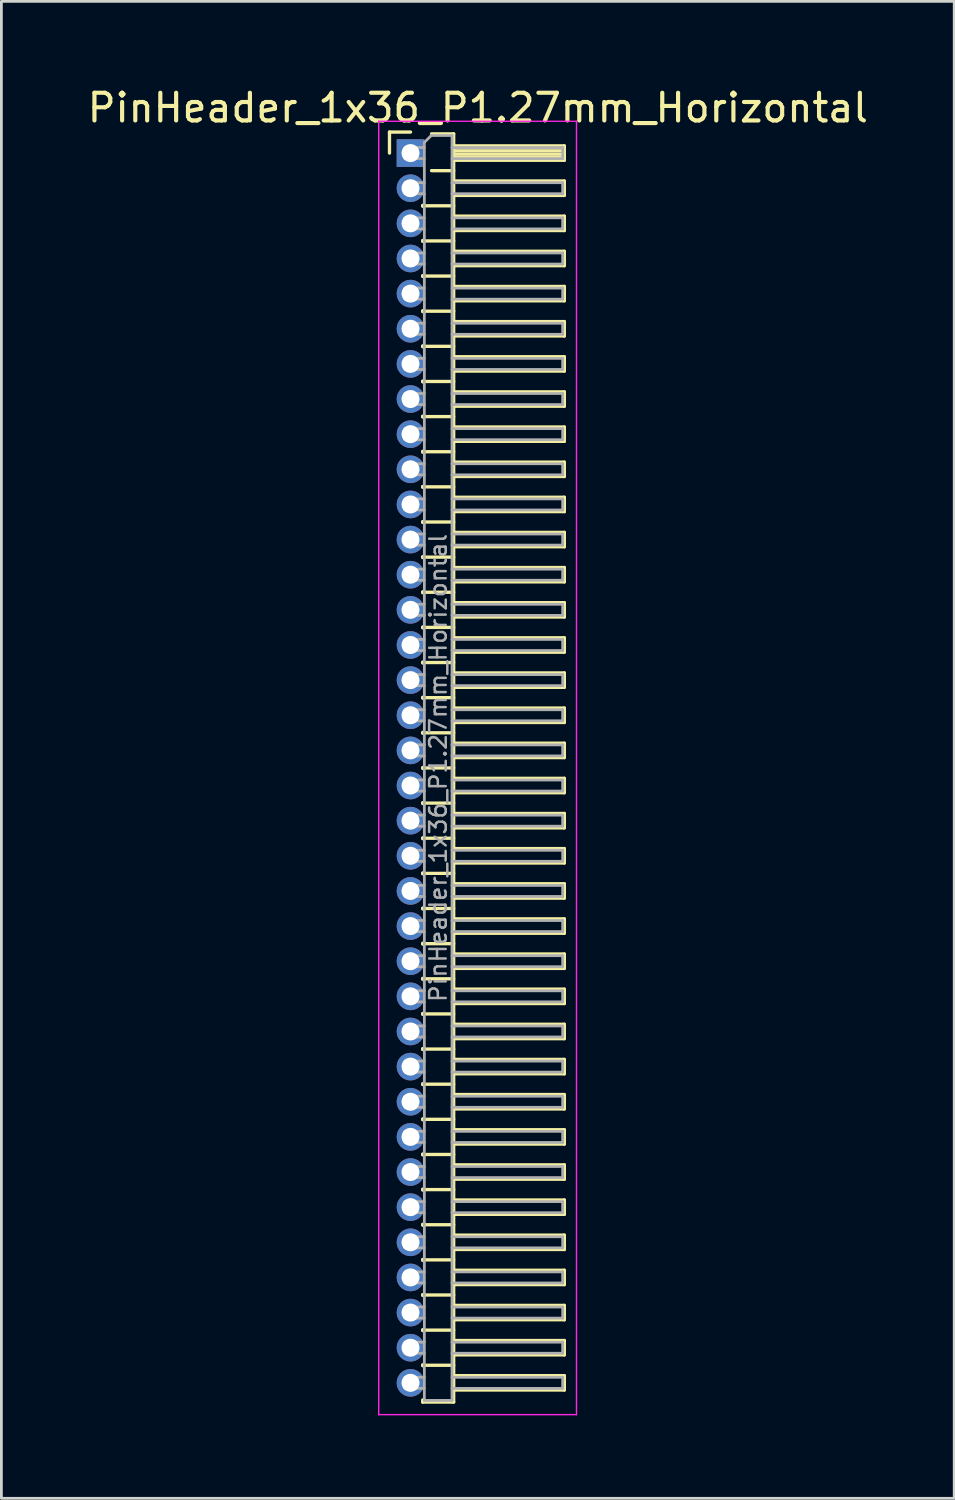
<source format=kicad_pcb>
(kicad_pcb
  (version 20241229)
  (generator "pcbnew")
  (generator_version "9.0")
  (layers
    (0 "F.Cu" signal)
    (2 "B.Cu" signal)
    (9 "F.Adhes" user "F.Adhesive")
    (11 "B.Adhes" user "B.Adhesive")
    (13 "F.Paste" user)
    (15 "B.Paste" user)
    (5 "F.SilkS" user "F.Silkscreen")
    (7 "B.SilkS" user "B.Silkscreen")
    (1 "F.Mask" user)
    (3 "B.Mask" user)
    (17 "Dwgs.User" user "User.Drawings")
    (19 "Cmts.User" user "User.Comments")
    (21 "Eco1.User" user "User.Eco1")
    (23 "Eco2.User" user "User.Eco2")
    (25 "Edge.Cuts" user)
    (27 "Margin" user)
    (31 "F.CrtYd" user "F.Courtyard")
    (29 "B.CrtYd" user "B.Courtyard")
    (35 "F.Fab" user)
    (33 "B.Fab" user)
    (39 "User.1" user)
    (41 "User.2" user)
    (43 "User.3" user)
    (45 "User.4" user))
  (footprint "PinHeader_1x36_P1.27mm_Horizontal"
    (layer "F.Cu")
    (at 11.788 2.483)
    (property "Reference" "PinHeader_1x36_P1.27mm_Horizontal" (at 2.433 -1.635 0) (layer "F.SilkS") (effects (font (size 1 1) (thickness 0.15))))
    (attr through_hole)
    (fp_line (start -0.76 -0.76) (end 0 -0.76) (stroke (width 0.12) (type solid)) (layer "F.SilkS"))
    (fp_line (start -0.76 0) (end -0.76 -0.76) (stroke (width 0.12) (type solid)) (layer "F.SilkS"))
    (fp_line (start 0.44 1.89) (end 0.44 1.92) (stroke (width 0.12) (type solid)) (layer "F.SilkS"))
    (fp_line (start 0.44 1.905) (end 1.56 1.905) (stroke (width 0.12) (type solid)) (layer "F.SilkS"))
    (fp_line (start 0.44 3.16) (end 0.44 3.19) (stroke (width 0.12) (type solid)) (layer "F.SilkS"))
    (fp_line (start 0.44 3.175) (end 1.56 3.175) (stroke (width 0.12) (type solid)) (layer "F.SilkS"))
    (fp_line (start 0.44 4.43) (end 0.44 4.46) (stroke (width 0.12) (type solid)) (layer "F.SilkS"))
    (fp_line (start 0.44 4.445) (end 1.56 4.445) (stroke (width 0.12) (type solid)) (layer "F.SilkS"))
    (fp_line (start 0.44 5.7) (end 0.44 5.73) (stroke (width 0.12) (type solid)) (layer "F.SilkS"))
    (fp_line (start 0.44 5.715) (end 1.56 5.715) (stroke (width 0.12) (type solid)) (layer "F.SilkS"))
    (fp_line (start 0.44 6.97) (end 0.44 7) (stroke (width 0.12) (type solid)) (layer "F.SilkS"))
    (fp_line (start 0.44 6.985) (end 1.56 6.985) (stroke (width 0.12) (type solid)) (layer "F.SilkS"))
    (fp_line (start 0.44 8.24) (end 0.44 8.27) (stroke (width 0.12) (type solid)) (layer "F.SilkS"))
    (fp_line (start 0.44 8.255) (end 1.56 8.255) (stroke (width 0.12) (type solid)) (layer "F.SilkS"))
    (fp_line (start 0.44 9.51) (end 0.44 9.54) (stroke (width 0.12) (type solid)) (layer "F.SilkS"))
    (fp_line (start 0.44 9.525) (end 1.56 9.525) (stroke (width 0.12) (type solid)) (layer "F.SilkS"))
    (fp_line (start 0.44 10.78) (end 0.44 10.81) (stroke (width 0.12) (type solid)) (layer "F.SilkS"))
    (fp_line (start 0.44 10.795) (end 1.56 10.795) (stroke (width 0.12) (type solid)) (layer "F.SilkS"))
    (fp_line (start 0.44 12.05) (end 0.44 12.08) (stroke (width 0.12) (type solid)) (layer "F.SilkS"))
    (fp_line (start 0.44 12.065) (end 1.56 12.065) (stroke (width 0.12) (type solid)) (layer "F.SilkS"))
    (fp_line (start 0.44 13.32) (end 0.44 13.35) (stroke (width 0.12) (type solid)) (layer "F.SilkS"))
    (fp_line (start 0.44 13.335) (end 1.56 13.335) (stroke (width 0.12) (type solid)) (layer "F.SilkS"))
    (fp_line (start 0.44 14.59) (end 0.44 14.62) (stroke (width 0.12) (type solid)) (layer "F.SilkS"))
    (fp_line (start 0.44 14.605) (end 1.56 14.605) (stroke (width 0.12) (type solid)) (layer "F.SilkS"))
    (fp_line (start 0.44 15.86) (end 0.44 15.89) (stroke (width 0.12) (type solid)) (layer "F.SilkS"))
    (fp_line (start 0.44 15.875) (end 1.56 15.875) (stroke (width 0.12) (type solid)) (layer "F.SilkS"))
    (fp_line (start 0.44 17.13) (end 0.44 17.16) (stroke (width 0.12) (type solid)) (layer "F.SilkS"))
    (fp_line (start 0.44 17.145) (end 1.56 17.145) (stroke (width 0.12) (type solid)) (layer "F.SilkS"))
    (fp_line (start 0.44 18.4) (end 0.44 18.43) (stroke (width 0.12) (type solid)) (layer "F.SilkS"))
    (fp_line (start 0.44 18.415) (end 1.56 18.415) (stroke (width 0.12) (type solid)) (layer "F.SilkS"))
    (fp_line (start 0.44 19.67) (end 0.44 19.7) (stroke (width 0.12) (type solid)) (layer "F.SilkS"))
    (fp_line (start 0.44 19.685) (end 1.56 19.685) (stroke (width 0.12) (type solid)) (layer "F.SilkS"))
    (fp_line (start 0.44 20.94) (end 0.44 20.97) (stroke (width 0.12) (type solid)) (layer "F.SilkS"))
    (fp_line (start 0.44 20.955) (end 1.56 20.955) (stroke (width 0.12) (type solid)) (layer "F.SilkS"))
    (fp_line (start 0.44 22.21) (end 0.44 22.24) (stroke (width 0.12) (type solid)) (layer "F.SilkS"))
    (fp_line (start 0.44 22.225) (end 1.56 22.225) (stroke (width 0.12) (type solid)) (layer "F.SilkS"))
    (fp_line (start 0.44 23.48) (end 0.44 23.51) (stroke (width 0.12) (type solid)) (layer "F.SilkS"))
    (fp_line (start 0.44 23.495) (end 1.56 23.495) (stroke (width 0.12) (type solid)) (layer "F.SilkS"))
    (fp_line (start 0.44 24.75) (end 0.44 24.78) (stroke (width 0.12) (type solid)) (layer "F.SilkS"))
    (fp_line (start 0.44 24.765) (end 1.56 24.765) (stroke (width 0.12) (type solid)) (layer "F.SilkS"))
    (fp_line (start 0.44 26.02) (end 0.44 26.05) (stroke (width 0.12) (type solid)) (layer "F.SilkS"))
    (fp_line (start 0.44 26.035) (end 1.56 26.035) (stroke (width 0.12) (type solid)) (layer "F.SilkS"))
    (fp_line (start 0.44 27.29) (end 0.44 27.32) (stroke (width 0.12) (type solid)) (layer "F.SilkS"))
    (fp_line (start 0.44 27.305) (end 1.56 27.305) (stroke (width 0.12) (type solid)) (layer "F.SilkS"))
    (fp_line (start 0.44 28.56) (end 0.44 28.59) (stroke (width 0.12) (type solid)) (layer "F.SilkS"))
    (fp_line (start 0.44 28.575) (end 1.56 28.575) (stroke (width 0.12) (type solid)) (layer "F.SilkS"))
    (fp_line (start 0.44 29.83) (end 0.44 29.86) (stroke (width 0.12) (type solid)) (layer "F.SilkS"))
    (fp_line (start 0.44 29.845) (end 1.56 29.845) (stroke (width 0.12) (type solid)) (layer "F.SilkS"))
    (fp_line (start 0.44 31.1) (end 0.44 31.13) (stroke (width 0.12) (type solid)) (layer "F.SilkS"))
    (fp_line (start 0.44 31.115) (end 1.56 31.115) (stroke (width 0.12) (type solid)) (layer "F.SilkS"))
    (fp_line (start 0.44 32.37) (end 0.44 32.4) (stroke (width 0.12) (type solid)) (layer "F.SilkS"))
    (fp_line (start 0.44 32.385) (end 1.56 32.385) (stroke (width 0.12) (type solid)) (layer "F.SilkS"))
    (fp_line (start 0.44 33.64) (end 0.44 33.67) (stroke (width 0.12) (type solid)) (layer "F.SilkS"))
    (fp_line (start 0.44 33.655) (end 1.56 33.655) (stroke (width 0.12) (type solid)) (layer "F.SilkS"))
    (fp_line (start 0.44 34.91) (end 0.44 34.94) (stroke (width 0.12) (type solid)) (layer "F.SilkS"))
    (fp_line (start 0.44 34.925) (end 1.56 34.925) (stroke (width 0.12) (type solid)) (layer "F.SilkS"))
    (fp_line (start 0.44 36.18) (end 0.44 36.21) (stroke (width 0.12) (type solid)) (layer "F.SilkS"))
    (fp_line (start 0.44 36.195) (end 1.56 36.195) (stroke (width 0.12) (type solid)) (layer "F.SilkS"))
    (fp_line (start 0.44 37.45) (end 0.44 37.48) (stroke (width 0.12) (type solid)) (layer "F.SilkS"))
    (fp_line (start 0.44 37.465) (end 1.56 37.465) (stroke (width 0.12) (type solid)) (layer "F.SilkS"))
    (fp_line (start 0.44 38.72) (end 0.44 38.75) (stroke (width 0.12) (type solid)) (layer "F.SilkS"))
    (fp_line (start 0.44 38.735) (end 1.56 38.735) (stroke (width 0.12) (type solid)) (layer "F.SilkS"))
    (fp_line (start 0.44 39.99) (end 0.44 40.02) (stroke (width 0.12) (type solid)) (layer "F.SilkS"))
    (fp_line (start 0.44 40.005) (end 1.56 40.005) (stroke (width 0.12) (type solid)) (layer "F.SilkS"))
    (fp_line (start 0.44 41.26) (end 0.44 41.29) (stroke (width 0.12) (type solid)) (layer "F.SilkS"))
    (fp_line (start 0.44 41.275) (end 1.56 41.275) (stroke (width 0.12) (type solid)) (layer "F.SilkS"))
    (fp_line (start 0.44 42.53) (end 0.44 42.56) (stroke (width 0.12) (type solid)) (layer "F.SilkS"))
    (fp_line (start 0.44 42.545) (end 1.56 42.545) (stroke (width 0.12) (type solid)) (layer "F.SilkS"))
    (fp_line (start 0.44 43.8) (end 0.44 43.83) (stroke (width 0.12) (type solid)) (layer "F.SilkS"))
    (fp_line (start 0.44 43.815) (end 1.56 43.815) (stroke (width 0.12) (type solid)) (layer "F.SilkS"))
    (fp_line (start 0.44 45.145) (end 0.44 45.07) (stroke (width 0.12) (type solid)) (layer "F.SilkS"))
    (fp_line (start 0.76 -0.695) (end 1.56 -0.695) (stroke (width 0.12) (type solid)) (layer "F.SilkS"))
    (fp_line (start 0.76 0.635) (end 1.56 0.635) (stroke (width 0.12) (type solid)) (layer "F.SilkS"))
    (fp_line (start 1.56 -0.695) (end 1.56 45.145) (stroke (width 0.12) (type solid)) (layer "F.SilkS"))
    (fp_line (start 1.56 -0.26) (end 5.56 -0.26) (stroke (width 0.12) (type solid)) (layer "F.SilkS"))
    (fp_line (start 1.56 -0.2) (end 5.56 -0.2) (stroke (width 0.12) (type solid)) (layer "F.SilkS"))
    (fp_line (start 1.56 -0.08) (end 5.56 -0.08) (stroke (width 0.12) (type solid)) (layer "F.SilkS"))
    (fp_line (start 1.56 0.04) (end 5.56 0.04) (stroke (width 0.12) (type solid)) (layer "F.SilkS"))
    (fp_line (start 1.56 0.16) (end 5.56 0.16) (stroke (width 0.12) (type solid)) (layer "F.SilkS"))
    (fp_line (start 1.56 1.01) (end 5.56 1.01) (stroke (width 0.12) (type solid)) (layer "F.SilkS"))
    (fp_line (start 1.56 2.28) (end 5.56 2.28) (stroke (width 0.12) (type solid)) (layer "F.SilkS"))
    (fp_line (start 1.56 3.55) (end 5.56 3.55) (stroke (width 0.12) (type solid)) (layer "F.SilkS"))
    (fp_line (start 1.56 4.82) (end 5.56 4.82) (stroke (width 0.12) (type solid)) (layer "F.SilkS"))
    (fp_line (start 1.56 6.09) (end 5.56 6.09) (stroke (width 0.12) (type solid)) (layer "F.SilkS"))
    (fp_line (start 1.56 7.36) (end 5.56 7.36) (stroke (width 0.12) (type solid)) (layer "F.SilkS"))
    (fp_line (start 1.56 8.63) (end 5.56 8.63) (stroke (width 0.12) (type solid)) (layer "F.SilkS"))
    (fp_line (start 1.56 9.9) (end 5.56 9.9) (stroke (width 0.12) (type solid)) (layer "F.SilkS"))
    (fp_line (start 1.56 11.17) (end 5.56 11.17) (stroke (width 0.12) (type solid)) (layer "F.SilkS"))
    (fp_line (start 1.56 12.44) (end 5.56 12.44) (stroke (width 0.12) (type solid)) (layer "F.SilkS"))
    (fp_line (start 1.56 13.71) (end 5.56 13.71) (stroke (width 0.12) (type solid)) (layer "F.SilkS"))
    (fp_line (start 1.56 14.98) (end 5.56 14.98) (stroke (width 0.12) (type solid)) (layer "F.SilkS"))
    (fp_line (start 1.56 16.25) (end 5.56 16.25) (stroke (width 0.12) (type solid)) (layer "F.SilkS"))
    (fp_line (start 1.56 17.52) (end 5.56 17.52) (stroke (width 0.12) (type solid)) (layer "F.SilkS"))
    (fp_line (start 1.56 18.79) (end 5.56 18.79) (stroke (width 0.12) (type solid)) (layer "F.SilkS"))
    (fp_line (start 1.56 20.06) (end 5.56 20.06) (stroke (width 0.12) (type solid)) (layer "F.SilkS"))
    (fp_line (start 1.56 21.33) (end 5.56 21.33) (stroke (width 0.12) (type solid)) (layer "F.SilkS"))
    (fp_line (start 1.56 22.6) (end 5.56 22.6) (stroke (width 0.12) (type solid)) (layer "F.SilkS"))
    (fp_line (start 1.56 23.87) (end 5.56 23.87) (stroke (width 0.12) (type solid)) (layer "F.SilkS"))
    (fp_line (start 1.56 25.14) (end 5.56 25.14) (stroke (width 0.12) (type solid)) (layer "F.SilkS"))
    (fp_line (start 1.56 26.41) (end 5.56 26.41) (stroke (width 0.12) (type solid)) (layer "F.SilkS"))
    (fp_line (start 1.56 27.68) (end 5.56 27.68) (stroke (width 0.12) (type solid)) (layer "F.SilkS"))
    (fp_line (start 1.56 28.95) (end 5.56 28.95) (stroke (width 0.12) (type solid)) (layer "F.SilkS"))
    (fp_line (start 1.56 30.22) (end 5.56 30.22) (stroke (width 0.12) (type solid)) (layer "F.SilkS"))
    (fp_line (start 1.56 31.49) (end 5.56 31.49) (stroke (width 0.12) (type solid)) (layer "F.SilkS"))
    (fp_line (start 1.56 32.76) (end 5.56 32.76) (stroke (width 0.12) (type solid)) (layer "F.SilkS"))
    (fp_line (start 1.56 34.03) (end 5.56 34.03) (stroke (width 0.12) (type solid)) (layer "F.SilkS"))
    (fp_line (start 1.56 35.3) (end 5.56 35.3) (stroke (width 0.12) (type solid)) (layer "F.SilkS"))
    (fp_line (start 1.56 36.57) (end 5.56 36.57) (stroke (width 0.12) (type solid)) (layer "F.SilkS"))
    (fp_line (start 1.56 37.84) (end 5.56 37.84) (stroke (width 0.12) (type solid)) (layer "F.SilkS"))
    (fp_line (start 1.56 39.11) (end 5.56 39.11) (stroke (width 0.12) (type solid)) (layer "F.SilkS"))
    (fp_line (start 1.56 40.38) (end 5.56 40.38) (stroke (width 0.12) (type solid)) (layer "F.SilkS"))
    (fp_line (start 1.56 41.65) (end 5.56 41.65) (stroke (width 0.12) (type solid)) (layer "F.SilkS"))
    (fp_line (start 1.56 42.92) (end 5.56 42.92) (stroke (width 0.12) (type solid)) (layer "F.SilkS"))
    (fp_line (start 1.56 44.19) (end 5.56 44.19) (stroke (width 0.12) (type solid)) (layer "F.SilkS"))
    (fp_line (start 1.56 45.145) (end 0.44 45.145) (stroke (width 0.12) (type solid)) (layer "F.SilkS"))
    (fp_line (start 5.56 -0.26) (end 5.56 0.26) (stroke (width 0.12) (type solid)) (layer "F.SilkS"))
    (fp_line (start 5.56 0.26) (end 1.56 0.26) (stroke (width 0.12) (type solid)) (layer "F.SilkS"))
    (fp_line (start 5.56 1.01) (end 5.56 1.53) (stroke (width 0.12) (type solid)) (layer "F.SilkS"))
    (fp_line (start 5.56 1.53) (end 1.56 1.53) (stroke (width 0.12) (type solid)) (layer "F.SilkS"))
    (fp_line (start 5.56 2.28) (end 5.56 2.8) (stroke (width 0.12) (type solid)) (layer "F.SilkS"))
    (fp_line (start 5.56 2.8) (end 1.56 2.8) (stroke (width 0.12) (type solid)) (layer "F.SilkS"))
    (fp_line (start 5.56 3.55) (end 5.56 4.07) (stroke (width 0.12) (type solid)) (layer "F.SilkS"))
    (fp_line (start 5.56 4.07) (end 1.56 4.07) (stroke (width 0.12) (type solid)) (layer "F.SilkS"))
    (fp_line (start 5.56 4.82) (end 5.56 5.34) (stroke (width 0.12) (type solid)) (layer "F.SilkS"))
    (fp_line (start 5.56 5.34) (end 1.56 5.34) (stroke (width 0.12) (type solid)) (layer "F.SilkS"))
    (fp_line (start 5.56 6.09) (end 5.56 6.61) (stroke (width 0.12) (type solid)) (layer "F.SilkS"))
    (fp_line (start 5.56 6.61) (end 1.56 6.61) (stroke (width 0.12) (type solid)) (layer "F.SilkS"))
    (fp_line (start 5.56 7.36) (end 5.56 7.88) (stroke (width 0.12) (type solid)) (layer "F.SilkS"))
    (fp_line (start 5.56 7.88) (end 1.56 7.88) (stroke (width 0.12) (type solid)) (layer "F.SilkS"))
    (fp_line (start 5.56 8.63) (end 5.56 9.15) (stroke (width 0.12) (type solid)) (layer "F.SilkS"))
    (fp_line (start 5.56 9.15) (end 1.56 9.15) (stroke (width 0.12) (type solid)) (layer "F.SilkS"))
    (fp_line (start 5.56 9.9) (end 5.56 10.42) (stroke (width 0.12) (type solid)) (layer "F.SilkS"))
    (fp_line (start 5.56 10.42) (end 1.56 10.42) (stroke (width 0.12) (type solid)) (layer "F.SilkS"))
    (fp_line (start 5.56 11.17) (end 5.56 11.69) (stroke (width 0.12) (type solid)) (layer "F.SilkS"))
    (fp_line (start 5.56 11.69) (end 1.56 11.69) (stroke (width 0.12) (type solid)) (layer "F.SilkS"))
    (fp_line (start 5.56 12.44) (end 5.56 12.96) (stroke (width 0.12) (type solid)) (layer "F.SilkS"))
    (fp_line (start 5.56 12.96) (end 1.56 12.96) (stroke (width 0.12) (type solid)) (layer "F.SilkS"))
    (fp_line (start 5.56 13.71) (end 5.56 14.23) (stroke (width 0.12) (type solid)) (layer "F.SilkS"))
    (fp_line (start 5.56 14.23) (end 1.56 14.23) (stroke (width 0.12) (type solid)) (layer "F.SilkS"))
    (fp_line (start 5.56 14.98) (end 5.56 15.5) (stroke (width 0.12) (type solid)) (layer "F.SilkS"))
    (fp_line (start 5.56 15.5) (end 1.56 15.5) (stroke (width 0.12) (type solid)) (layer "F.SilkS"))
    (fp_line (start 5.56 16.25) (end 5.56 16.77) (stroke (width 0.12) (type solid)) (layer "F.SilkS"))
    (fp_line (start 5.56 16.77) (end 1.56 16.77) (stroke (width 0.12) (type solid)) (layer "F.SilkS"))
    (fp_line (start 5.56 17.52) (end 5.56 18.04) (stroke (width 0.12) (type solid)) (layer "F.SilkS"))
    (fp_line (start 5.56 18.04) (end 1.56 18.04) (stroke (width 0.12) (type solid)) (layer "F.SilkS"))
    (fp_line (start 5.56 18.79) (end 5.56 19.31) (stroke (width 0.12) (type solid)) (layer "F.SilkS"))
    (fp_line (start 5.56 19.31) (end 1.56 19.31) (stroke (width 0.12) (type solid)) (layer "F.SilkS"))
    (fp_line (start 5.56 20.06) (end 5.56 20.58) (stroke (width 0.12) (type solid)) (layer "F.SilkS"))
    (fp_line (start 5.56 20.58) (end 1.56 20.58) (stroke (width 0.12) (type solid)) (layer "F.SilkS"))
    (fp_line (start 5.56 21.33) (end 5.56 21.85) (stroke (width 0.12) (type solid)) (layer "F.SilkS"))
    (fp_line (start 5.56 21.85) (end 1.56 21.85) (stroke (width 0.12) (type solid)) (layer "F.SilkS"))
    (fp_line (start 5.56 22.6) (end 5.56 23.12) (stroke (width 0.12) (type solid)) (layer "F.SilkS"))
    (fp_line (start 5.56 23.12) (end 1.56 23.12) (stroke (width 0.12) (type solid)) (layer "F.SilkS"))
    (fp_line (start 5.56 23.87) (end 5.56 24.39) (stroke (width 0.12) (type solid)) (layer "F.SilkS"))
    (fp_line (start 5.56 24.39) (end 1.56 24.39) (stroke (width 0.12) (type solid)) (layer "F.SilkS"))
    (fp_line (start 5.56 25.14) (end 5.56 25.66) (stroke (width 0.12) (type solid)) (layer "F.SilkS"))
    (fp_line (start 5.56 25.66) (end 1.56 25.66) (stroke (width 0.12) (type solid)) (layer "F.SilkS"))
    (fp_line (start 5.56 26.41) (end 5.56 26.93) (stroke (width 0.12) (type solid)) (layer "F.SilkS"))
    (fp_line (start 5.56 26.93) (end 1.56 26.93) (stroke (width 0.12) (type solid)) (layer "F.SilkS"))
    (fp_line (start 5.56 27.68) (end 5.56 28.2) (stroke (width 0.12) (type solid)) (layer "F.SilkS"))
    (fp_line (start 5.56 28.2) (end 1.56 28.2) (stroke (width 0.12) (type solid)) (layer "F.SilkS"))
    (fp_line (start 5.56 28.95) (end 5.56 29.47) (stroke (width 0.12) (type solid)) (layer "F.SilkS"))
    (fp_line (start 5.56 29.47) (end 1.56 29.47) (stroke (width 0.12) (type solid)) (layer "F.SilkS"))
    (fp_line (start 5.56 30.22) (end 5.56 30.74) (stroke (width 0.12) (type solid)) (layer "F.SilkS"))
    (fp_line (start 5.56 30.74) (end 1.56 30.74) (stroke (width 0.12) (type solid)) (layer "F.SilkS"))
    (fp_line (start 5.56 31.49) (end 5.56 32.01) (stroke (width 0.12) (type solid)) (layer "F.SilkS"))
    (fp_line (start 5.56 32.01) (end 1.56 32.01) (stroke (width 0.12) (type solid)) (layer "F.SilkS"))
    (fp_line (start 5.56 32.76) (end 5.56 33.28) (stroke (width 0.12) (type solid)) (layer "F.SilkS"))
    (fp_line (start 5.56 33.28) (end 1.56 33.28) (stroke (width 0.12) (type solid)) (layer "F.SilkS"))
    (fp_line (start 5.56 34.03) (end 5.56 34.55) (stroke (width 0.12) (type solid)) (layer "F.SilkS"))
    (fp_line (start 5.56 34.55) (end 1.56 34.55) (stroke (width 0.12) (type solid)) (layer "F.SilkS"))
    (fp_line (start 5.56 35.3) (end 5.56 35.82) (stroke (width 0.12) (type solid)) (layer "F.SilkS"))
    (fp_line (start 5.56 35.82) (end 1.56 35.82) (stroke (width 0.12) (type solid)) (layer "F.SilkS"))
    (fp_line (start 5.56 36.57) (end 5.56 37.09) (stroke (width 0.12) (type solid)) (layer "F.SilkS"))
    (fp_line (start 5.56 37.09) (end 1.56 37.09) (stroke (width 0.12) (type solid)) (layer "F.SilkS"))
    (fp_line (start 5.56 37.84) (end 5.56 38.36) (stroke (width 0.12) (type solid)) (layer "F.SilkS"))
    (fp_line (start 5.56 38.36) (end 1.56 38.36) (stroke (width 0.12) (type solid)) (layer "F.SilkS"))
    (fp_line (start 5.56 39.11) (end 5.56 39.63) (stroke (width 0.12) (type solid)) (layer "F.SilkS"))
    (fp_line (start 5.56 39.63) (end 1.56 39.63) (stroke (width 0.12) (type solid)) (layer "F.SilkS"))
    (fp_line (start 5.56 40.38) (end 5.56 40.9) (stroke (width 0.12) (type solid)) (layer "F.SilkS"))
    (fp_line (start 5.56 40.9) (end 1.56 40.9) (stroke (width 0.12) (type solid)) (layer "F.SilkS"))
    (fp_line (start 5.56 41.65) (end 5.56 42.17) (stroke (width 0.12) (type solid)) (layer "F.SilkS"))
    (fp_line (start 5.56 42.17) (end 1.56 42.17) (stroke (width 0.12) (type solid)) (layer "F.SilkS"))
    (fp_line (start 5.56 42.92) (end 5.56 43.44) (stroke (width 0.12) (type solid)) (layer "F.SilkS"))
    (fp_line (start 5.56 43.44) (end 1.56 43.44) (stroke (width 0.12) (type solid)) (layer "F.SilkS"))
    (fp_line (start 5.56 44.19) (end 5.56 44.71) (stroke (width 0.12) (type solid)) (layer "F.SilkS"))
    (fp_line (start 5.56 44.71) (end 1.56 44.71) (stroke (width 0.12) (type solid)) (layer "F.SilkS"))
    (fp_line (start -1.15 -1.15) (end -1.15 45.6) (stroke (width 0.05) (type solid)) (layer "F.CrtYd"))
    (fp_line (start -1.15 45.6) (end 6 45.6) (stroke (width 0.05) (type solid)) (layer "F.CrtYd"))
    (fp_line (start 6 -1.15) (end -1.15 -1.15) (stroke (width 0.05) (type solid)) (layer "F.CrtYd"))
    (fp_line (start 6 45.6) (end 6 -1.15) (stroke (width 0.05) (type solid)) (layer "F.CrtYd"))
    (fp_line (start -0.2 -0.2) (end -0.2 0.2) (stroke (width 0.1) (type solid)) (layer "F.Fab"))
    (fp_line (start -0.2 -0.2) (end 0.5 -0.2) (stroke (width 0.1) (type solid)) (layer "F.Fab"))
    (fp_line (start -0.2 0.2) (end 0.5 0.2) (stroke (width 0.1) (type solid)) (layer "F.Fab"))
    (fp_line (start -0.2 1.07) (end -0.2 1.47) (stroke (width 0.1) (type solid)) (layer "F.Fab"))
    (fp_line (start -0.2 1.07) (end 0.5 1.07) (stroke (width 0.1) (type solid)) (layer "F.Fab"))
    (fp_line (start -0.2 1.47) (end 0.5 1.47) (stroke (width 0.1) (type solid)) (layer "F.Fab"))
    (fp_line (start -0.2 2.34) (end -0.2 2.74) (stroke (width 0.1) (type solid)) (layer "F.Fab"))
    (fp_line (start -0.2 2.34) (end 0.5 2.34) (stroke (width 0.1) (type solid)) (layer "F.Fab"))
    (fp_line (start -0.2 2.74) (end 0.5 2.74) (stroke (width 0.1) (type solid)) (layer "F.Fab"))
    (fp_line (start -0.2 3.61) (end -0.2 4.01) (stroke (width 0.1) (type solid)) (layer "F.Fab"))
    (fp_line (start -0.2 3.61) (end 0.5 3.61) (stroke (width 0.1) (type solid)) (layer "F.Fab"))
    (fp_line (start -0.2 4.01) (end 0.5 4.01) (stroke (width 0.1) (type solid)) (layer "F.Fab"))
    (fp_line (start -0.2 4.88) (end -0.2 5.28) (stroke (width 0.1) (type solid)) (layer "F.Fab"))
    (fp_line (start -0.2 4.88) (end 0.5 4.88) (stroke (width 0.1) (type solid)) (layer "F.Fab"))
    (fp_line (start -0.2 5.28) (end 0.5 5.28) (stroke (width 0.1) (type solid)) (layer "F.Fab"))
    (fp_line (start -0.2 6.15) (end -0.2 6.55) (stroke (width 0.1) (type solid)) (layer "F.Fab"))
    (fp_line (start -0.2 6.15) (end 0.5 6.15) (stroke (width 0.1) (type solid)) (layer "F.Fab"))
    (fp_line (start -0.2 6.55) (end 0.5 6.55) (stroke (width 0.1) (type solid)) (layer "F.Fab"))
    (fp_line (start -0.2 7.42) (end -0.2 7.82) (stroke (width 0.1) (type solid)) (layer "F.Fab"))
    (fp_line (start -0.2 7.42) (end 0.5 7.42) (stroke (width 0.1) (type solid)) (layer "F.Fab"))
    (fp_line (start -0.2 7.82) (end 0.5 7.82) (stroke (width 0.1) (type solid)) (layer "F.Fab"))
    (fp_line (start -0.2 8.69) (end -0.2 9.09) (stroke (width 0.1) (type solid)) (layer "F.Fab"))
    (fp_line (start -0.2 8.69) (end 0.5 8.69) (stroke (width 0.1) (type solid)) (layer "F.Fab"))
    (fp_line (start -0.2 9.09) (end 0.5 9.09) (stroke (width 0.1) (type solid)) (layer "F.Fab"))
    (fp_line (start -0.2 9.96) (end -0.2 10.36) (stroke (width 0.1) (type solid)) (layer "F.Fab"))
    (fp_line (start -0.2 9.96) (end 0.5 9.96) (stroke (width 0.1) (type solid)) (layer "F.Fab"))
    (fp_line (start -0.2 10.36) (end 0.5 10.36) (stroke (width 0.1) (type solid)) (layer "F.Fab"))
    (fp_line (start -0.2 11.23) (end -0.2 11.63) (stroke (width 0.1) (type solid)) (layer "F.Fab"))
    (fp_line (start -0.2 11.23) (end 0.5 11.23) (stroke (width 0.1) (type solid)) (layer "F.Fab"))
    (fp_line (start -0.2 11.63) (end 0.5 11.63) (stroke (width 0.1) (type solid)) (layer "F.Fab"))
    (fp_line (start -0.2 12.5) (end -0.2 12.9) (stroke (width 0.1) (type solid)) (layer "F.Fab"))
    (fp_line (start -0.2 12.5) (end 0.5 12.5) (stroke (width 0.1) (type solid)) (layer "F.Fab"))
    (fp_line (start -0.2 12.9) (end 0.5 12.9) (stroke (width 0.1) (type solid)) (layer "F.Fab"))
    (fp_line (start -0.2 13.77) (end -0.2 14.17) (stroke (width 0.1) (type solid)) (layer "F.Fab"))
    (fp_line (start -0.2 13.77) (end 0.5 13.77) (stroke (width 0.1) (type solid)) (layer "F.Fab"))
    (fp_line (start -0.2 14.17) (end 0.5 14.17) (stroke (width 0.1) (type solid)) (layer "F.Fab"))
    (fp_line (start -0.2 15.04) (end -0.2 15.44) (stroke (width 0.1) (type solid)) (layer "F.Fab"))
    (fp_line (start -0.2 15.04) (end 0.5 15.04) (stroke (width 0.1) (type solid)) (layer "F.Fab"))
    (fp_line (start -0.2 15.44) (end 0.5 15.44) (stroke (width 0.1) (type solid)) (layer "F.Fab"))
    (fp_line (start -0.2 16.31) (end -0.2 16.71) (stroke (width 0.1) (type solid)) (layer "F.Fab"))
    (fp_line (start -0.2 16.31) (end 0.5 16.31) (stroke (width 0.1) (type solid)) (layer "F.Fab"))
    (fp_line (start -0.2 16.71) (end 0.5 16.71) (stroke (width 0.1) (type solid)) (layer "F.Fab"))
    (fp_line (start -0.2 17.58) (end -0.2 17.98) (stroke (width 0.1) (type solid)) (layer "F.Fab"))
    (fp_line (start -0.2 17.58) (end 0.5 17.58) (stroke (width 0.1) (type solid)) (layer "F.Fab"))
    (fp_line (start -0.2 17.98) (end 0.5 17.98) (stroke (width 0.1) (type solid)) (layer "F.Fab"))
    (fp_line (start -0.2 18.85) (end -0.2 19.25) (stroke (width 0.1) (type solid)) (layer "F.Fab"))
    (fp_line (start -0.2 18.85) (end 0.5 18.85) (stroke (width 0.1) (type solid)) (layer "F.Fab"))
    (fp_line (start -0.2 19.25) (end 0.5 19.25) (stroke (width 0.1) (type solid)) (layer "F.Fab"))
    (fp_line (start -0.2 20.12) (end -0.2 20.52) (stroke (width 0.1) (type solid)) (layer "F.Fab"))
    (fp_line (start -0.2 20.12) (end 0.5 20.12) (stroke (width 0.1) (type solid)) (layer "F.Fab"))
    (fp_line (start -0.2 20.52) (end 0.5 20.52) (stroke (width 0.1) (type solid)) (layer "F.Fab"))
    (fp_line (start -0.2 21.39) (end -0.2 21.79) (stroke (width 0.1) (type solid)) (layer "F.Fab"))
    (fp_line (start -0.2 21.39) (end 0.5 21.39) (stroke (width 0.1) (type solid)) (layer "F.Fab"))
    (fp_line (start -0.2 21.79) (end 0.5 21.79) (stroke (width 0.1) (type solid)) (layer "F.Fab"))
    (fp_line (start -0.2 22.66) (end -0.2 23.06) (stroke (width 0.1) (type solid)) (layer "F.Fab"))
    (fp_line (start -0.2 22.66) (end 0.5 22.66) (stroke (width 0.1) (type solid)) (layer "F.Fab"))
    (fp_line (start -0.2 23.06) (end 0.5 23.06) (stroke (width 0.1) (type solid)) (layer "F.Fab"))
    (fp_line (start -0.2 23.93) (end -0.2 24.33) (stroke (width 0.1) (type solid)) (layer "F.Fab"))
    (fp_line (start -0.2 23.93) (end 0.5 23.93) (stroke (width 0.1) (type solid)) (layer "F.Fab"))
    (fp_line (start -0.2 24.33) (end 0.5 24.33) (stroke (width 0.1) (type solid)) (layer "F.Fab"))
    (fp_line (start -0.2 25.2) (end -0.2 25.6) (stroke (width 0.1) (type solid)) (layer "F.Fab"))
    (fp_line (start -0.2 25.2) (end 0.5 25.2) (stroke (width 0.1) (type solid)) (layer "F.Fab"))
    (fp_line (start -0.2 25.6) (end 0.5 25.6) (stroke (width 0.1) (type solid)) (layer "F.Fab"))
    (fp_line (start -0.2 26.47) (end -0.2 26.87) (stroke (width 0.1) (type solid)) (layer "F.Fab"))
    (fp_line (start -0.2 26.47) (end 0.5 26.47) (stroke (width 0.1) (type solid)) (layer "F.Fab"))
    (fp_line (start -0.2 26.87) (end 0.5 26.87) (stroke (width 0.1) (type solid)) (layer "F.Fab"))
    (fp_line (start -0.2 27.74) (end -0.2 28.14) (stroke (width 0.1) (type solid)) (layer "F.Fab"))
    (fp_line (start -0.2 27.74) (end 0.5 27.74) (stroke (width 0.1) (type solid)) (layer "F.Fab"))
    (fp_line (start -0.2 28.14) (end 0.5 28.14) (stroke (width 0.1) (type solid)) (layer "F.Fab"))
    (fp_line (start -0.2 29.01) (end -0.2 29.41) (stroke (width 0.1) (type solid)) (layer "F.Fab"))
    (fp_line (start -0.2 29.01) (end 0.5 29.01) (stroke (width 0.1) (type solid)) (layer "F.Fab"))
    (fp_line (start -0.2 29.41) (end 0.5 29.41) (stroke (width 0.1) (type solid)) (layer "F.Fab"))
    (fp_line (start -0.2 30.28) (end -0.2 30.68) (stroke (width 0.1) (type solid)) (layer "F.Fab"))
    (fp_line (start -0.2 30.28) (end 0.5 30.28) (stroke (width 0.1) (type solid)) (layer "F.Fab"))
    (fp_line (start -0.2 30.68) (end 0.5 30.68) (stroke (width 0.1) (type solid)) (layer "F.Fab"))
    (fp_line (start -0.2 31.55) (end -0.2 31.95) (stroke (width 0.1) (type solid)) (layer "F.Fab"))
    (fp_line (start -0.2 31.55) (end 0.5 31.55) (stroke (width 0.1) (type solid)) (layer "F.Fab"))
    (fp_line (start -0.2 31.95) (end 0.5 31.95) (stroke (width 0.1) (type solid)) (layer "F.Fab"))
    (fp_line (start -0.2 32.82) (end -0.2 33.22) (stroke (width 0.1) (type solid)) (layer "F.Fab"))
    (fp_line (start -0.2 32.82) (end 0.5 32.82) (stroke (width 0.1) (type solid)) (layer "F.Fab"))
    (fp_line (start -0.2 33.22) (end 0.5 33.22) (stroke (width 0.1) (type solid)) (layer "F.Fab"))
    (fp_line (start -0.2 34.09) (end -0.2 34.49) (stroke (width 0.1) (type solid)) (layer "F.Fab"))
    (fp_line (start -0.2 34.09) (end 0.5 34.09) (stroke (width 0.1) (type solid)) (layer "F.Fab"))
    (fp_line (start -0.2 34.49) (end 0.5 34.49) (stroke (width 0.1) (type solid)) (layer "F.Fab"))
    (fp_line (start -0.2 35.36) (end -0.2 35.76) (stroke (width 0.1) (type solid)) (layer "F.Fab"))
    (fp_line (start -0.2 35.36) (end 0.5 35.36) (stroke (width 0.1) (type solid)) (layer "F.Fab"))
    (fp_line (start -0.2 35.76) (end 0.5 35.76) (stroke (width 0.1) (type solid)) (layer "F.Fab"))
    (fp_line (start -0.2 36.63) (end -0.2 37.03) (stroke (width 0.1) (type solid)) (layer "F.Fab"))
    (fp_line (start -0.2 36.63) (end 0.5 36.63) (stroke (width 0.1) (type solid)) (layer "F.Fab"))
    (fp_line (start -0.2 37.03) (end 0.5 37.03) (stroke (width 0.1) (type solid)) (layer "F.Fab"))
    (fp_line (start -0.2 37.9) (end -0.2 38.3) (stroke (width 0.1) (type solid)) (layer "F.Fab"))
    (fp_line (start -0.2 37.9) (end 0.5 37.9) (stroke (width 0.1) (type solid)) (layer "F.Fab"))
    (fp_line (start -0.2 38.3) (end 0.5 38.3) (stroke (width 0.1) (type solid)) (layer "F.Fab"))
    (fp_line (start -0.2 39.17) (end -0.2 39.57) (stroke (width 0.1) (type solid)) (layer "F.Fab"))
    (fp_line (start -0.2 39.17) (end 0.5 39.17) (stroke (width 0.1) (type solid)) (layer "F.Fab"))
    (fp_line (start -0.2 39.57) (end 0.5 39.57) (stroke (width 0.1) (type solid)) (layer "F.Fab"))
    (fp_line (start -0.2 40.44) (end -0.2 40.84) (stroke (width 0.1) (type solid)) (layer "F.Fab"))
    (fp_line (start -0.2 40.44) (end 0.5 40.44) (stroke (width 0.1) (type solid)) (layer "F.Fab"))
    (fp_line (start -0.2 40.84) (end 0.5 40.84) (stroke (width 0.1) (type solid)) (layer "F.Fab"))
    (fp_line (start -0.2 41.71) (end -0.2 42.11) (stroke (width 0.1) (type solid)) (layer "F.Fab"))
    (fp_line (start -0.2 41.71) (end 0.5 41.71) (stroke (width 0.1) (type solid)) (layer "F.Fab"))
    (fp_line (start -0.2 42.11) (end 0.5 42.11) (stroke (width 0.1) (type solid)) (layer "F.Fab"))
    (fp_line (start -0.2 42.98) (end -0.2 43.38) (stroke (width 0.1) (type solid)) (layer "F.Fab"))
    (fp_line (start -0.2 42.98) (end 0.5 42.98) (stroke (width 0.1) (type solid)) (layer "F.Fab"))
    (fp_line (start -0.2 43.38) (end 0.5 43.38) (stroke (width 0.1) (type solid)) (layer "F.Fab"))
    (fp_line (start -0.2 44.25) (end -0.2 44.65) (stroke (width 0.1) (type solid)) (layer "F.Fab"))
    (fp_line (start -0.2 44.25) (end 0.5 44.25) (stroke (width 0.1) (type solid)) (layer "F.Fab"))
    (fp_line (start -0.2 44.65) (end 0.5 44.65) (stroke (width 0.1) (type solid)) (layer "F.Fab"))
    (fp_line (start 0.5 -0.385) (end 0.75 -0.635) (stroke (width 0.1) (type solid)) (layer "F.Fab"))
    (fp_line (start 0.5 45.085) (end 0.5 -0.385) (stroke (width 0.1) (type solid)) (layer "F.Fab"))
    (fp_line (start 0.75 -0.635) (end 1.5 -0.635) (stroke (width 0.1) (type solid)) (layer "F.Fab"))
    (fp_line (start 1.5 -0.635) (end 1.5 45.085) (stroke (width 0.1) (type solid)) (layer "F.Fab"))
    (fp_line (start 1.5 -0.2) (end 5.5 -0.2) (stroke (width 0.1) (type solid)) (layer "F.Fab"))
    (fp_line (start 1.5 0.2) (end 5.5 0.2) (stroke (width 0.1) (type solid)) (layer "F.Fab"))
    (fp_line (start 1.5 1.07) (end 5.5 1.07) (stroke (width 0.1) (type solid)) (layer "F.Fab"))
    (fp_line (start 1.5 1.47) (end 5.5 1.47) (stroke (width 0.1) (type solid)) (layer "F.Fab"))
    (fp_line (start 1.5 2.34) (end 5.5 2.34) (stroke (width 0.1) (type solid)) (layer "F.Fab"))
    (fp_line (start 1.5 2.74) (end 5.5 2.74) (stroke (width 0.1) (type solid)) (layer "F.Fab"))
    (fp_line (start 1.5 3.61) (end 5.5 3.61) (stroke (width 0.1) (type solid)) (layer "F.Fab"))
    (fp_line (start 1.5 4.01) (end 5.5 4.01) (stroke (width 0.1) (type solid)) (layer "F.Fab"))
    (fp_line (start 1.5 4.88) (end 5.5 4.88) (stroke (width 0.1) (type solid)) (layer "F.Fab"))
    (fp_line (start 1.5 5.28) (end 5.5 5.28) (stroke (width 0.1) (type solid)) (layer "F.Fab"))
    (fp_line (start 1.5 6.15) (end 5.5 6.15) (stroke (width 0.1) (type solid)) (layer "F.Fab"))
    (fp_line (start 1.5 6.55) (end 5.5 6.55) (stroke (width 0.1) (type solid)) (layer "F.Fab"))
    (fp_line (start 1.5 7.42) (end 5.5 7.42) (stroke (width 0.1) (type solid)) (layer "F.Fab"))
    (fp_line (start 1.5 7.82) (end 5.5 7.82) (stroke (width 0.1) (type solid)) (layer "F.Fab"))
    (fp_line (start 1.5 8.69) (end 5.5 8.69) (stroke (width 0.1) (type solid)) (layer "F.Fab"))
    (fp_line (start 1.5 9.09) (end 5.5 9.09) (stroke (width 0.1) (type solid)) (layer "F.Fab"))
    (fp_line (start 1.5 9.96) (end 5.5 9.96) (stroke (width 0.1) (type solid)) (layer "F.Fab"))
    (fp_line (start 1.5 10.36) (end 5.5 10.36) (stroke (width 0.1) (type solid)) (layer "F.Fab"))
    (fp_line (start 1.5 11.23) (end 5.5 11.23) (stroke (width 0.1) (type solid)) (layer "F.Fab"))
    (fp_line (start 1.5 11.63) (end 5.5 11.63) (stroke (width 0.1) (type solid)) (layer "F.Fab"))
    (fp_line (start 1.5 12.5) (end 5.5 12.5) (stroke (width 0.1) (type solid)) (layer "F.Fab"))
    (fp_line (start 1.5 12.9) (end 5.5 12.9) (stroke (width 0.1) (type solid)) (layer "F.Fab"))
    (fp_line (start 1.5 13.77) (end 5.5 13.77) (stroke (width 0.1) (type solid)) (layer "F.Fab"))
    (fp_line (start 1.5 14.17) (end 5.5 14.17) (stroke (width 0.1) (type solid)) (layer "F.Fab"))
    (fp_line (start 1.5 15.04) (end 5.5 15.04) (stroke (width 0.1) (type solid)) (layer "F.Fab"))
    (fp_line (start 1.5 15.44) (end 5.5 15.44) (stroke (width 0.1) (type solid)) (layer "F.Fab"))
    (fp_line (start 1.5 16.31) (end 5.5 16.31) (stroke (width 0.1) (type solid)) (layer "F.Fab"))
    (fp_line (start 1.5 16.71) (end 5.5 16.71) (stroke (width 0.1) (type solid)) (layer "F.Fab"))
    (fp_line (start 1.5 17.58) (end 5.5 17.58) (stroke (width 0.1) (type solid)) (layer "F.Fab"))
    (fp_line (start 1.5 17.98) (end 5.5 17.98) (stroke (width 0.1) (type solid)) (layer "F.Fab"))
    (fp_line (start 1.5 18.85) (end 5.5 18.85) (stroke (width 0.1) (type solid)) (layer "F.Fab"))
    (fp_line (start 1.5 19.25) (end 5.5 19.25) (stroke (width 0.1) (type solid)) (layer "F.Fab"))
    (fp_line (start 1.5 20.12) (end 5.5 20.12) (stroke (width 0.1) (type solid)) (layer "F.Fab"))
    (fp_line (start 1.5 20.52) (end 5.5 20.52) (stroke (width 0.1) (type solid)) (layer "F.Fab"))
    (fp_line (start 1.5 21.39) (end 5.5 21.39) (stroke (width 0.1) (type solid)) (layer "F.Fab"))
    (fp_line (start 1.5 21.79) (end 5.5 21.79) (stroke (width 0.1) (type solid)) (layer "F.Fab"))
    (fp_line (start 1.5 22.66) (end 5.5 22.66) (stroke (width 0.1) (type solid)) (layer "F.Fab"))
    (fp_line (start 1.5 23.06) (end 5.5 23.06) (stroke (width 0.1) (type solid)) (layer "F.Fab"))
    (fp_line (start 1.5 23.93) (end 5.5 23.93) (stroke (width 0.1) (type solid)) (layer "F.Fab"))
    (fp_line (start 1.5 24.33) (end 5.5 24.33) (stroke (width 0.1) (type solid)) (layer "F.Fab"))
    (fp_line (start 1.5 25.2) (end 5.5 25.2) (stroke (width 0.1) (type solid)) (layer "F.Fab"))
    (fp_line (start 1.5 25.6) (end 5.5 25.6) (stroke (width 0.1) (type solid)) (layer "F.Fab"))
    (fp_line (start 1.5 26.47) (end 5.5 26.47) (stroke (width 0.1) (type solid)) (layer "F.Fab"))
    (fp_line (start 1.5 26.87) (end 5.5 26.87) (stroke (width 0.1) (type solid)) (layer "F.Fab"))
    (fp_line (start 1.5 27.74) (end 5.5 27.74) (stroke (width 0.1) (type solid)) (layer "F.Fab"))
    (fp_line (start 1.5 28.14) (end 5.5 28.14) (stroke (width 0.1) (type solid)) (layer "F.Fab"))
    (fp_line (start 1.5 29.01) (end 5.5 29.01) (stroke (width 0.1) (type solid)) (layer "F.Fab"))
    (fp_line (start 1.5 29.41) (end 5.5 29.41) (stroke (width 0.1) (type solid)) (layer "F.Fab"))
    (fp_line (start 1.5 30.28) (end 5.5 30.28) (stroke (width 0.1) (type solid)) (layer "F.Fab"))
    (fp_line (start 1.5 30.68) (end 5.5 30.68) (stroke (width 0.1) (type solid)) (layer "F.Fab"))
    (fp_line (start 1.5 31.55) (end 5.5 31.55) (stroke (width 0.1) (type solid)) (layer "F.Fab"))
    (fp_line (start 1.5 31.95) (end 5.5 31.95) (stroke (width 0.1) (type solid)) (layer "F.Fab"))
    (fp_line (start 1.5 32.82) (end 5.5 32.82) (stroke (width 0.1) (type solid)) (layer "F.Fab"))
    (fp_line (start 1.5 33.22) (end 5.5 33.22) (stroke (width 0.1) (type solid)) (layer "F.Fab"))
    (fp_line (start 1.5 34.09) (end 5.5 34.09) (stroke (width 0.1) (type solid)) (layer "F.Fab"))
    (fp_line (start 1.5 34.49) (end 5.5 34.49) (stroke (width 0.1) (type solid)) (layer "F.Fab"))
    (fp_line (start 1.5 35.36) (end 5.5 35.36) (stroke (width 0.1) (type solid)) (layer "F.Fab"))
    (fp_line (start 1.5 35.76) (end 5.5 35.76) (stroke (width 0.1) (type solid)) (layer "F.Fab"))
    (fp_line (start 1.5 36.63) (end 5.5 36.63) (stroke (width 0.1) (type solid)) (layer "F.Fab"))
    (fp_line (start 1.5 37.03) (end 5.5 37.03) (stroke (width 0.1) (type solid)) (layer "F.Fab"))
    (fp_line (start 1.5 37.9) (end 5.5 37.9) (stroke (width 0.1) (type solid)) (layer "F.Fab"))
    (fp_line (start 1.5 38.3) (end 5.5 38.3) (stroke (width 0.1) (type solid)) (layer "F.Fab"))
    (fp_line (start 1.5 39.17) (end 5.5 39.17) (stroke (width 0.1) (type solid)) (layer "F.Fab"))
    (fp_line (start 1.5 39.57) (end 5.5 39.57) (stroke (width 0.1) (type solid)) (layer "F.Fab"))
    (fp_line (start 1.5 40.44) (end 5.5 40.44) (stroke (width 0.1) (type solid)) (layer "F.Fab"))
    (fp_line (start 1.5 40.84) (end 5.5 40.84) (stroke (width 0.1) (type solid)) (layer "F.Fab"))
    (fp_line (start 1.5 41.71) (end 5.5 41.71) (stroke (width 0.1) (type solid)) (layer "F.Fab"))
    (fp_line (start 1.5 42.11) (end 5.5 42.11) (stroke (width 0.1) (type solid)) (layer "F.Fab"))
    (fp_line (start 1.5 42.98) (end 5.5 42.98) (stroke (width 0.1) (type solid)) (layer "F.Fab"))
    (fp_line (start 1.5 43.38) (end 5.5 43.38) (stroke (width 0.1) (type solid)) (layer "F.Fab"))
    (fp_line (start 1.5 44.25) (end 5.5 44.25) (stroke (width 0.1) (type solid)) (layer "F.Fab"))
    (fp_line (start 1.5 44.65) (end 5.5 44.65) (stroke (width 0.1) (type solid)) (layer "F.Fab"))
    (fp_line (start 1.5 45.085) (end 0.5 45.085) (stroke (width 0.1) (type solid)) (layer "F.Fab"))
    (fp_line (start 5.5 -0.2) (end 5.5 0.2) (stroke (width 0.1) (type solid)) (layer "F.Fab"))
    (fp_line (start 5.5 1.07) (end 5.5 1.47) (stroke (width 0.1) (type solid)) (layer "F.Fab"))
    (fp_line (start 5.5 2.34) (end 5.5 2.74) (stroke (width 0.1) (type solid)) (layer "F.Fab"))
    (fp_line (start 5.5 3.61) (end 5.5 4.01) (stroke (width 0.1) (type solid)) (layer "F.Fab"))
    (fp_line (start 5.5 4.88) (end 5.5 5.28) (stroke (width 0.1) (type solid)) (layer "F.Fab"))
    (fp_line (start 5.5 6.15) (end 5.5 6.55) (stroke (width 0.1) (type solid)) (layer "F.Fab"))
    (fp_line (start 5.5 7.42) (end 5.5 7.82) (stroke (width 0.1) (type solid)) (layer "F.Fab"))
    (fp_line (start 5.5 8.69) (end 5.5 9.09) (stroke (width 0.1) (type solid)) (layer "F.Fab"))
    (fp_line (start 5.5 9.96) (end 5.5 10.36) (stroke (width 0.1) (type solid)) (layer "F.Fab"))
    (fp_line (start 5.5 11.23) (end 5.5 11.63) (stroke (width 0.1) (type solid)) (layer "F.Fab"))
    (fp_line (start 5.5 12.5) (end 5.5 12.9) (stroke (width 0.1) (type solid)) (layer "F.Fab"))
    (fp_line (start 5.5 13.77) (end 5.5 14.17) (stroke (width 0.1) (type solid)) (layer "F.Fab"))
    (fp_line (start 5.5 15.04) (end 5.5 15.44) (stroke (width 0.1) (type solid)) (layer "F.Fab"))
    (fp_line (start 5.5 16.31) (end 5.5 16.71) (stroke (width 0.1) (type solid)) (layer "F.Fab"))
    (fp_line (start 5.5 17.58) (end 5.5 17.98) (stroke (width 0.1) (type solid)) (layer "F.Fab"))
    (fp_line (start 5.5 18.85) (end 5.5 19.25) (stroke (width 0.1) (type solid)) (layer "F.Fab"))
    (fp_line (start 5.5 20.12) (end 5.5 20.52) (stroke (width 0.1) (type solid)) (layer "F.Fab"))
    (fp_line (start 5.5 21.39) (end 5.5 21.79) (stroke (width 0.1) (type solid)) (layer "F.Fab"))
    (fp_line (start 5.5 22.66) (end 5.5 23.06) (stroke (width 0.1) (type solid)) (layer "F.Fab"))
    (fp_line (start 5.5 23.93) (end 5.5 24.33) (stroke (width 0.1) (type solid)) (layer "F.Fab"))
    (fp_line (start 5.5 25.2) (end 5.5 25.6) (stroke (width 0.1) (type solid)) (layer "F.Fab"))
    (fp_line (start 5.5 26.47) (end 5.5 26.87) (stroke (width 0.1) (type solid)) (layer "F.Fab"))
    (fp_line (start 5.5 27.74) (end 5.5 28.14) (stroke (width 0.1) (type solid)) (layer "F.Fab"))
    (fp_line (start 5.5 29.01) (end 5.5 29.41) (stroke (width 0.1) (type solid)) (layer "F.Fab"))
    (fp_line (start 5.5 30.28) (end 5.5 30.68) (stroke (width 0.1) (type solid)) (layer "F.Fab"))
    (fp_line (start 5.5 31.55) (end 5.5 31.95) (stroke (width 0.1) (type solid)) (layer "F.Fab"))
    (fp_line (start 5.5 32.82) (end 5.5 33.22) (stroke (width 0.1) (type solid)) (layer "F.Fab"))
    (fp_line (start 5.5 34.09) (end 5.5 34.49) (stroke (width 0.1) (type solid)) (layer "F.Fab"))
    (fp_line (start 5.5 35.36) (end 5.5 35.76) (stroke (width 0.1) (type solid)) (layer "F.Fab"))
    (fp_line (start 5.5 36.63) (end 5.5 37.03) (stroke (width 0.1) (type solid)) (layer "F.Fab"))
    (fp_line (start 5.5 37.9) (end 5.5 38.3) (stroke (width 0.1) (type solid)) (layer "F.Fab"))
    (fp_line (start 5.5 39.17) (end 5.5 39.57) (stroke (width 0.1) (type solid)) (layer "F.Fab"))
    (fp_line (start 5.5 40.44) (end 5.5 40.84) (stroke (width 0.1) (type solid)) (layer "F.Fab"))
    (fp_line (start 5.5 41.71) (end 5.5 42.11) (stroke (width 0.1) (type solid)) (layer "F.Fab"))
    (fp_line (start 5.5 42.98) (end 5.5 43.38) (stroke (width 0.1) (type solid)) (layer "F.Fab"))
    (fp_line (start 5.5 44.25) (end 5.5 44.65) (stroke (width 0.1) (type solid)) (layer "F.Fab"))
    (fp_text user "${REFERENCE}" (at 1 22.225 90) (layer "F.Fab") (effects (font (size 0.6 0.6) (thickness 0.09))))
    (pad "1" thru_hole rect (at 0 0) (size 1 1) (drill 0.65) (layers "*.Cu" "*.Mask"))
    (pad "2" thru_hole oval (at 0 1.27) (size 1 1) (drill 0.65) (layers "*.Cu" "*.Mask"))
    (pad "3" thru_hole oval (at 0 2.54) (size 1 1) (drill 0.65) (layers "*.Cu" "*.Mask"))
    (pad "4" thru_hole oval (at 0 3.81) (size 1 1) (drill 0.65) (layers "*.Cu" "*.Mask"))
    (pad "5" thru_hole oval (at 0 5.08) (size 1 1) (drill 0.65) (layers "*.Cu" "*.Mask"))
    (pad "6" thru_hole oval (at 0 6.35) (size 1 1) (drill 0.65) (layers "*.Cu" "*.Mask"))
    (pad "7" thru_hole oval (at 0 7.62) (size 1 1) (drill 0.65) (layers "*.Cu" "*.Mask"))
    (pad "8" thru_hole oval (at 0 8.89) (size 1 1) (drill 0.65) (layers "*.Cu" "*.Mask"))
    (pad "9" thru_hole oval (at 0 10.16) (size 1 1) (drill 0.65) (layers "*.Cu" "*.Mask"))
    (pad "10" thru_hole oval (at 0 11.43) (size 1 1) (drill 0.65) (layers "*.Cu" "*.Mask"))
    (pad "11" thru_hole oval (at 0 12.7) (size 1 1) (drill 0.65) (layers "*.Cu" "*.Mask"))
    (pad "12" thru_hole oval (at 0 13.97) (size 1 1) (drill 0.65) (layers "*.Cu" "*.Mask"))
    (pad "13" thru_hole oval (at 0 15.24) (size 1 1) (drill 0.65) (layers "*.Cu" "*.Mask"))
    (pad "14" thru_hole oval (at 0 16.51) (size 1 1) (drill 0.65) (layers "*.Cu" "*.Mask"))
    (pad "15" thru_hole oval (at 0 17.78) (size 1 1) (drill 0.65) (layers "*.Cu" "*.Mask"))
    (pad "16" thru_hole oval (at 0 19.05) (size 1 1) (drill 0.65) (layers "*.Cu" "*.Mask"))
    (pad "17" thru_hole oval (at 0 20.32) (size 1 1) (drill 0.65) (layers "*.Cu" "*.Mask"))
    (pad "18" thru_hole oval (at 0 21.59) (size 1 1) (drill 0.65) (layers "*.Cu" "*.Mask"))
    (pad "19" thru_hole oval (at 0 22.86) (size 1 1) (drill 0.65) (layers "*.Cu" "*.Mask"))
    (pad "20" thru_hole oval (at 0 24.13) (size 1 1) (drill 0.65) (layers "*.Cu" "*.Mask"))
    (pad "21" thru_hole oval (at 0 25.4) (size 1 1) (drill 0.65) (layers "*.Cu" "*.Mask"))
    (pad "22" thru_hole oval (at 0 26.67) (size 1 1) (drill 0.65) (layers "*.Cu" "*.Mask"))
    (pad "23" thru_hole oval (at 0 27.94) (size 1 1) (drill 0.65) (layers "*.Cu" "*.Mask"))
    (pad "24" thru_hole oval (at 0 29.21) (size 1 1) (drill 0.65) (layers "*.Cu" "*.Mask"))
    (pad "25" thru_hole oval (at 0 30.48) (size 1 1) (drill 0.65) (layers "*.Cu" "*.Mask"))
    (pad "26" thru_hole oval (at 0 31.75) (size 1 1) (drill 0.65) (layers "*.Cu" "*.Mask"))
    (pad "27" thru_hole oval (at 0 33.02) (size 1 1) (drill 0.65) (layers "*.Cu" "*.Mask"))
    (pad "28" thru_hole oval (at 0 34.29) (size 1 1) (drill 0.65) (layers "*.Cu" "*.Mask"))
    (pad "29" thru_hole oval (at 0 35.56) (size 1 1) (drill 0.65) (layers "*.Cu" "*.Mask"))
    (pad "30" thru_hole oval (at 0 36.83) (size 1 1) (drill 0.65) (layers "*.Cu" "*.Mask"))
    (pad "31" thru_hole oval (at 0 38.1) (size 1 1) (drill 0.65) (layers "*.Cu" "*.Mask"))
    (pad "32" thru_hole oval (at 0 39.37) (size 1 1) (drill 0.65) (layers "*.Cu" "*.Mask"))
    (pad "33" thru_hole oval (at 0 40.64) (size 1 1) (drill 0.65) (layers "*.Cu" "*.Mask"))
    (pad "34" thru_hole oval (at 0 41.91) (size 1 1) (drill 0.65) (layers "*.Cu" "*.Mask"))
    (pad "35" thru_hole oval (at 0 43.18) (size 1 1) (drill 0.65) (layers "*.Cu" "*.Mask"))
    (pad "36" thru_hole oval (at 0 44.45) (size 1 1) (drill 0.65) (layers "*.Cu" "*.Mask")))
  (gr_rect
    (start -3 -3)
    (end 31.44 51.108)
    (stroke (width 0.1) (type default))
    (fill no)
    (layer "Edge.Cuts")))
</source>
